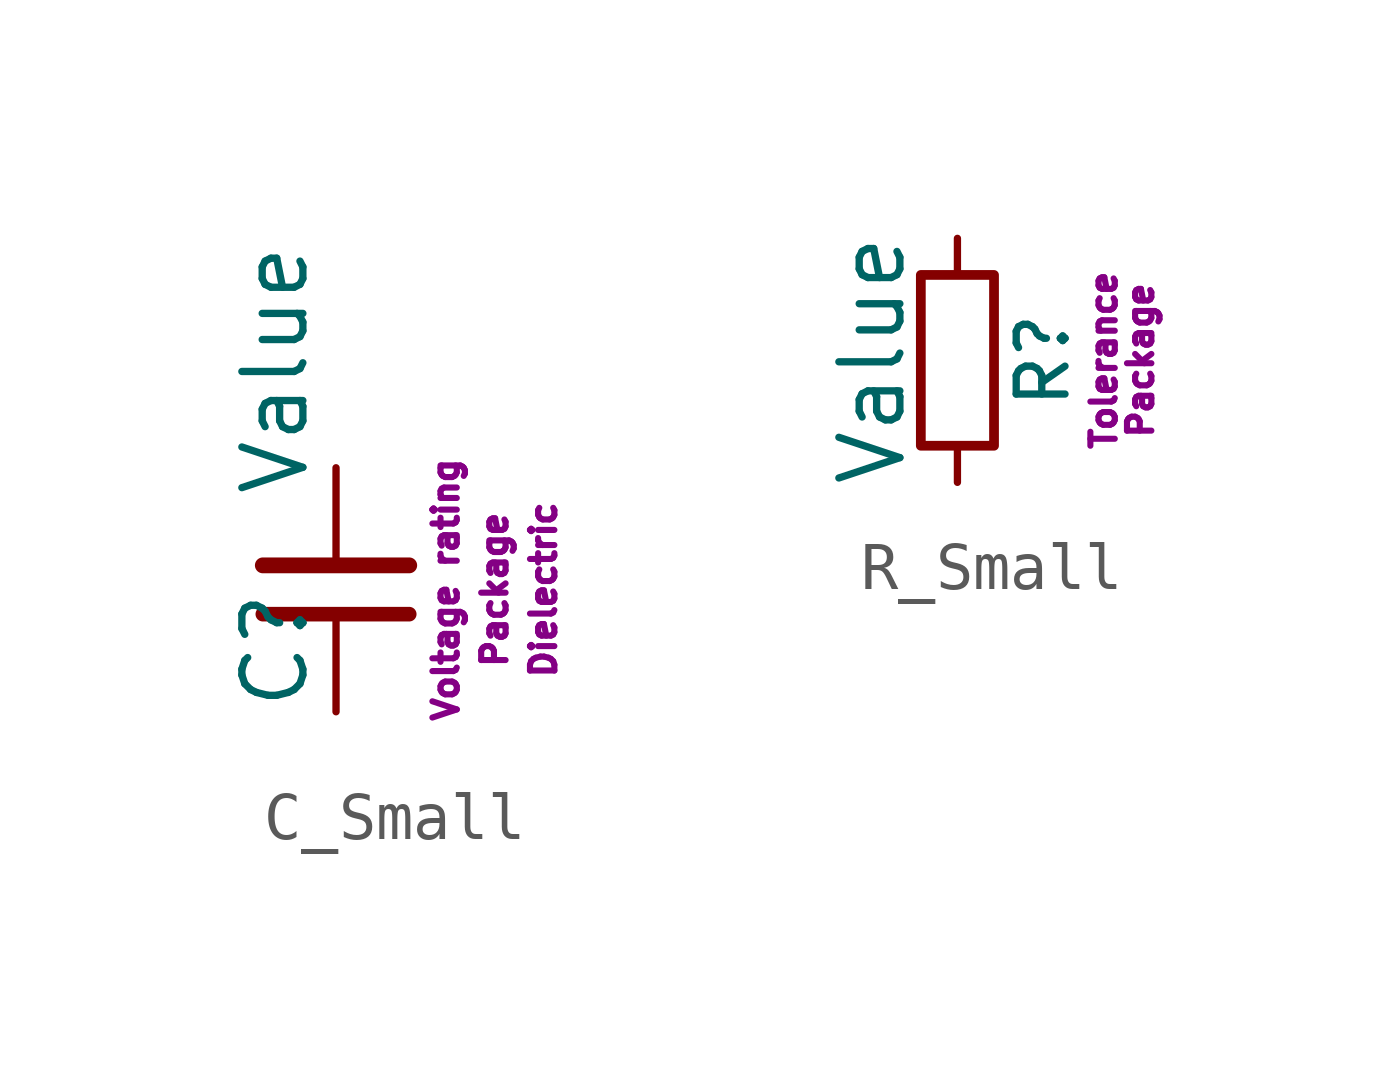
<source format=kicad_sym>
(kicad_symbol_lib
  (version 20241209)
  (generator "kicad_symbol_editor")
  (generator_version "9.0")
  (symbol "C_Small"
    (pin_numbers
      (hide yes))
    (pin_names
      (offset 0.254)
      (hide yes))
    (property "Reference" "C"
      (at -1.27 -2.54 90)
      (effects (font (size 1.27 1.27)) (justify left)))
    (property "Value" "Value"
      (at -1.27 1.905 90)
      (effects (font (size 1.27 1.27)) (justify left)))
    (property "Voltage rating" "Voltage rating"
      (at 2.286 0 90)
      (effects (font (size 0.508 0.508))))
    (property "Dielectric" "Dielectric"
      (at 4.318 0 90)
      (effects (font (size 0.508 0.508))))
    (property "Package" "Package"
      (at 3.302 0 90)
      (effects (font (size 0.508 0.508))))
    (symbol "C_Small_0_1"
      (polyline (pts (xy 1.524 0.508) (xy -1.524 0.508)) (stroke (width 0.33) (type default)) (fill (type none)))
      (polyline (pts (xy 1.524 -0.508) (xy -1.524 -0.508)) (stroke (width 0.305) (type default)) (fill (type none))))
    (symbol "C_Small_1_1"
      (pin passive line (at 0 2.54 270) (length 2.032) (name "~" (effects (font (size 1.27 1.27)))) (number "2" (effects (font (size 1.27 1.27)))))
      (pin passive line (at 0 -2.54 90) (length 2.032) (name "~" (effects (font (size 1.27 1.27)))) (number "1" (effects (font (size 1.27 1.27)))))))
  (symbol "R_Small"
    (pin_numbers
      (hide yes))
    (pin_names
      (offset 0.254)
      (hide yes))
    (property "Reference" "R"
      (at 1.778 0 90)
      (effects (font (size 1.016 1.016))))
    (property "Value" "Value"
      (at -1.778 0 90)
      (effects (font (size 1.27 1.27))))
    (property "Package" "Package"
      (at 3.81 0 90)
      (effects (font (size 0.508 0.508))))
    (property "Tolerance" "Tolerance"
      (at 3.048 0 90)
      (effects (font (size 0.508 0.508))))
    (symbol "R_Small_0_1"
      (rectangle (start 0.762 -1.778) (end -0.762 1.778) (stroke (width 0.203) (type default)) (fill (type none))))
    (symbol "R_Small_1_1"
      (pin passive line (at 0 2.54 270) (length 0.762) (name "~" (effects (font (size 1.27 1.27)))) (number "2" (effects (font (size 1.27 1.27)))))
      (pin passive line (at 0 -2.54 90) (length 0.762) (name "~" (effects (font (size 1.27 1.27)))) (number "1" (effects (font (size 1.27 1.27))))))))
</source>
